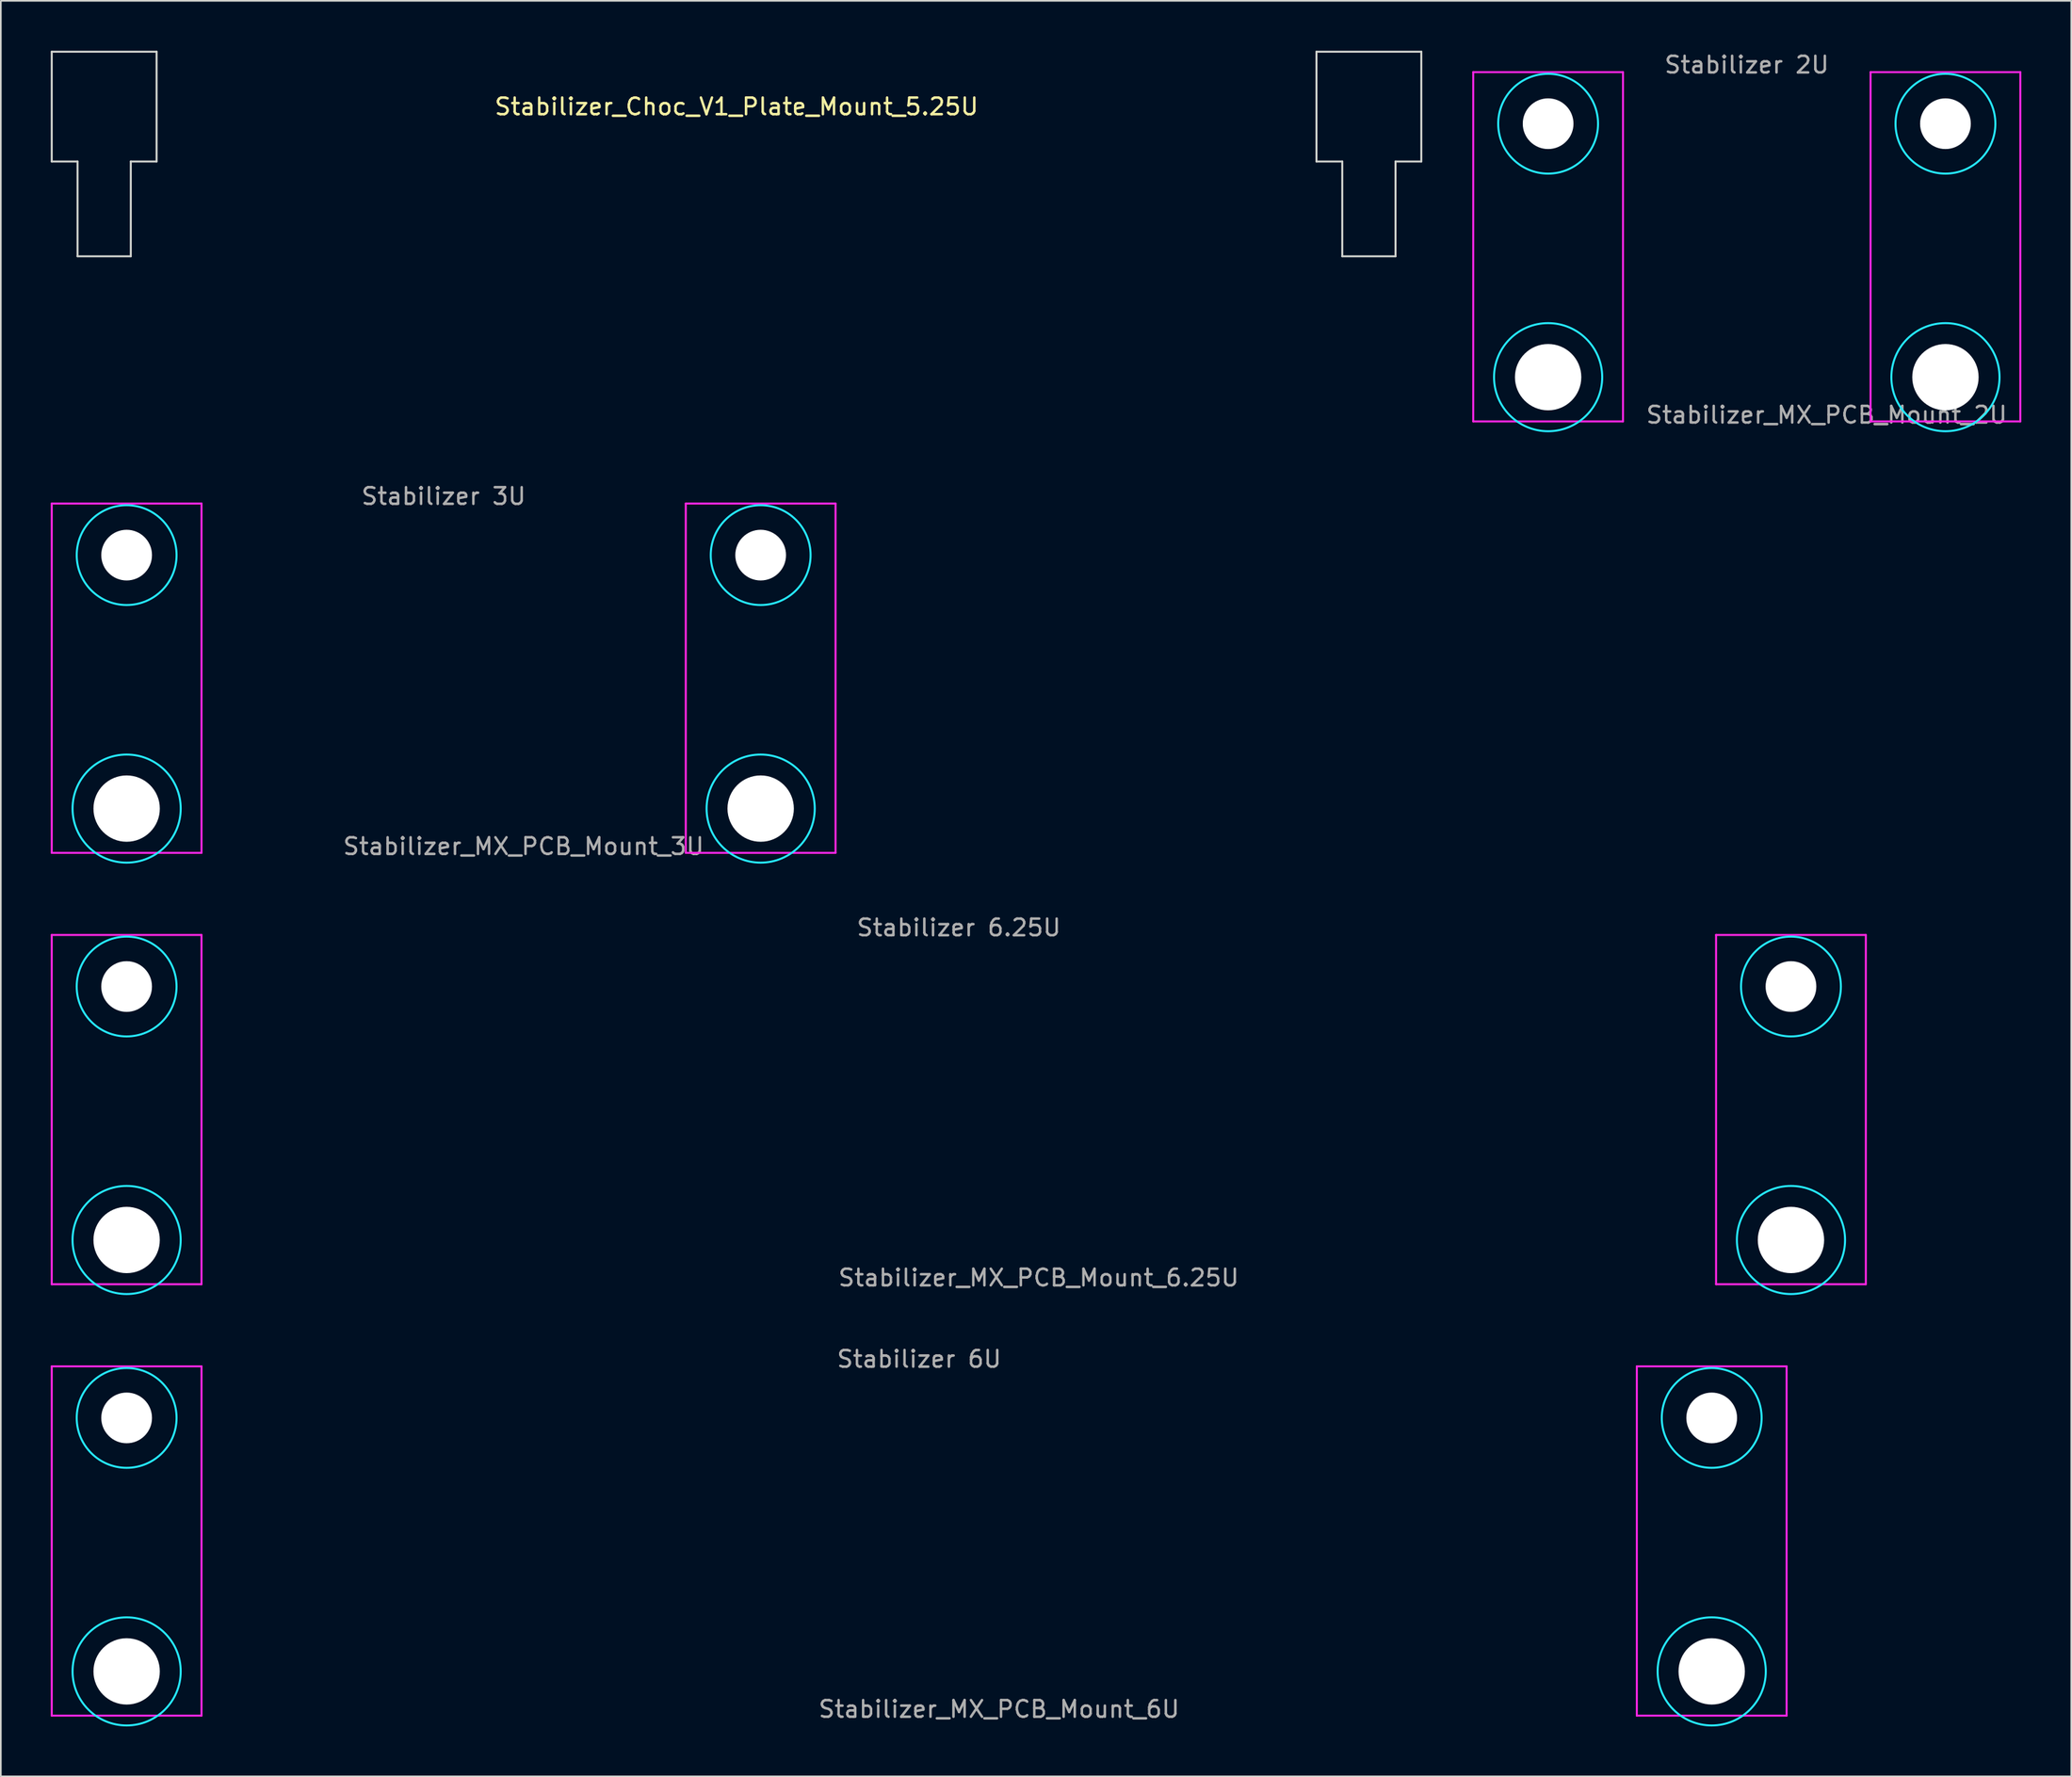
<source format=kicad_pcb>
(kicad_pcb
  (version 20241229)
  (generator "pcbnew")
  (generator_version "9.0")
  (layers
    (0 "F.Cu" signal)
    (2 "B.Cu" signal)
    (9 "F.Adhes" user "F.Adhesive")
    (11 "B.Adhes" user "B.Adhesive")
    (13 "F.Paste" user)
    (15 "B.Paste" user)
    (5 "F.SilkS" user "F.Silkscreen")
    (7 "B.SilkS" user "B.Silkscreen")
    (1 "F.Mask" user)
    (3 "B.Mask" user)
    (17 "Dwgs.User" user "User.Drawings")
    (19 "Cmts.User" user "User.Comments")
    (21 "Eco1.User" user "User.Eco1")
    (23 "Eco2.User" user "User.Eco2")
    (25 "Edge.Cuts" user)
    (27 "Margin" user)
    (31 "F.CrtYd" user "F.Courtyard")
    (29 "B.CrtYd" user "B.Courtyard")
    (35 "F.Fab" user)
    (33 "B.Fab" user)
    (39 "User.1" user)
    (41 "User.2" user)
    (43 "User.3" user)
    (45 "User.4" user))
  (footprint "Stabilizer_Choc_V1_Plate_Mount_5.25U"
    (layer "F.Cu")
    (at 41.21 3.36)
    (property "Reference" "Stabilizer_Choc_V1_Plate_Mount_5.25U" (at 0 0 0) (layer "F.SilkS") (effects (font (size 1 1) (thickness 0.15))))
    (attr through_hole)
    (fp_line (start -41.15 -3.3) (end -41.15 3.3) (stroke (width 0.12) (type solid)) (layer "Edge.Cuts"))
    (fp_line (start -41.15 3.3) (end -39.6 3.3) (stroke (width 0.12) (type solid)) (layer "Edge.Cuts"))
    (fp_line (start -39.6 3.3) (end -39.6 9) (stroke (width 0.12) (type solid)) (layer "Edge.Cuts"))
    (fp_line (start -39.6 9) (end -36.4 9) (stroke (width 0.12) (type solid)) (layer "Edge.Cuts"))
    (fp_line (start -36.4 3.3) (end -34.85 3.3) (stroke (width 0.12) (type solid)) (layer "Edge.Cuts"))
    (fp_line (start -36.4 9) (end -36.4 3.3) (stroke (width 0.12) (type solid)) (layer "Edge.Cuts"))
    (fp_line (start -34.85 -3.3) (end -41.15 -3.3) (stroke (width 0.12) (type solid)) (layer "Edge.Cuts"))
    (fp_line (start -34.85 3.3) (end -34.85 -3.3) (stroke (width 0.12) (type solid)) (layer "Edge.Cuts"))
    (fp_line (start 34.85 -3.3) (end 41.15 -3.3) (stroke (width 0.12) (type solid)) (layer "Edge.Cuts"))
    (fp_line (start 34.85 3.3) (end 34.85 -3.3) (stroke (width 0.12) (type solid)) (layer "Edge.Cuts"))
    (fp_line (start 36.4 3.3) (end 34.85 3.3) (stroke (width 0.12) (type solid)) (layer "Edge.Cuts"))
    (fp_line (start 36.4 9) (end 36.4 3.3) (stroke (width 0.12) (type solid)) (layer "Edge.Cuts"))
    (fp_line (start 39.6 3.3) (end 39.6 9) (stroke (width 0.12) (type solid)) (layer "Edge.Cuts"))
    (fp_line (start 39.6 9) (end 36.4 9) (stroke (width 0.12) (type solid)) (layer "Edge.Cuts"))
    (fp_line (start 41.15 -3.3) (end 41.15 3.3) (stroke (width 0.12) (type solid)) (layer "Edge.Cuts"))
    (fp_line (start 41.15 3.3) (end 39.6 3.3) (stroke (width 0.12) (type solid)) (layer "Edge.Cuts")))
  (footprint "Stabilizer_MX_PCB_Mount_2U"
    (layer "F.Cu")
    (at 101.918 11.373)
    (property "Reference" "Stabilizer_MX_PCB_Mount_2U" (at 4.8 10.525 0) (layer "F.Fab") (effects (font (size 1 1) (thickness 0.15))))
    (attr through_hole)
    (fp_circle (center -11.938 -6.985) (end -8.938 -6.985) (stroke (width 0.12) (type solid)) (fill no) (layer "B.CrtYd"))
    (fp_circle (center -11.938 8.255) (end -8.688 8.255) (stroke (width 0.12) (type solid)) (fill no) (layer "B.CrtYd"))
    (fp_circle (center 11.938 -6.985) (end 14.938 -6.985) (stroke (width 0.12) (type solid)) (fill no) (layer "B.CrtYd"))
    (fp_circle (center 11.938 8.255) (end 15.188 8.255) (stroke (width 0.12) (type solid)) (fill no) (layer "B.CrtYd"))
    (fp_line (start -16.438 -10.085) (end -16.438 10.915) (stroke (width 0.12) (type solid)) (layer "F.CrtYd"))
    (fp_line (start -16.438 10.915) (end -7.438 10.915) (stroke (width 0.12) (type solid)) (layer "F.CrtYd"))
    (fp_line (start -7.438 -10.085) (end -16.438 -10.085) (stroke (width 0.12) (type solid)) (layer "F.CrtYd"))
    (fp_line (start -7.438 10.915) (end -7.438 -10.085) (stroke (width 0.12) (type solid)) (layer "F.CrtYd"))
    (fp_line (start 7.438 -10.085) (end 16.438 -10.085) (stroke (width 0.12) (type solid)) (layer "F.CrtYd"))
    (fp_line (start 7.438 10.915) (end 7.438 -10.085) (stroke (width 0.12) (type solid)) (layer "F.CrtYd"))
    (fp_line (start 16.438 -10.085) (end 16.438 10.915) (stroke (width 0.12) (type solid)) (layer "F.CrtYd"))
    (fp_line (start 16.438 10.915) (end 7.438 10.915) (stroke (width 0.12) (type solid)) (layer "F.CrtYd"))
    (fp_text user "Stabilizer 2U" (at 0 -10.525 0) (layer "F.Fab") (effects (font (size 1 1) (thickness 0.15))))
    (pad "" np_thru_hole circle (at -11.938 -6.985) (size 3.048 3.048) (drill 3.048) (layers "*.Cu" "*.Mask"))
    (pad "" np_thru_hole circle (at -11.938 8.255) (size 3.988 3.988) (drill 3.988) (layers "*.Cu" "*.Mask"))
    (pad "" np_thru_hole circle (at 11.938 -6.985) (size 3.048 3.048) (drill 3.048) (layers "*.Cu" "*.Mask"))
    (pad "" np_thru_hole circle (at 11.938 8.255) (size 3.988 3.988) (drill 3.988) (layers "*.Cu" "*.Mask")))
  (footprint "Stabilizer_MX_PCB_Mount_3U"
    (layer "F.Cu")
    (at 23.61 37.312)
    (property "Reference" "Stabilizer_MX_PCB_Mount_3U" (at 4.8 10.525 0) (layer "F.Fab") (effects (font (size 1 1) (thickness 0.15))))
    (attr through_hole)
    (fp_circle (center -19.05 -6.985) (end -16.05 -6.985) (stroke (width 0.12) (type solid)) (fill no) (layer "B.CrtYd"))
    (fp_circle (center -19.05 8.255) (end -15.8 8.255) (stroke (width 0.12) (type solid)) (fill no) (layer "B.CrtYd"))
    (fp_circle (center 19.05 -6.985) (end 22.05 -6.985) (stroke (width 0.12) (type solid)) (fill no) (layer "B.CrtYd"))
    (fp_circle (center 19.05 8.255) (end 22.3 8.255) (stroke (width 0.12) (type solid)) (fill no) (layer "B.CrtYd"))
    (fp_line (start -23.55 -10.085) (end -23.55 10.915) (stroke (width 0.12) (type solid)) (layer "F.CrtYd"))
    (fp_line (start -23.55 10.915) (end -14.55 10.915) (stroke (width 0.12) (type solid)) (layer "F.CrtYd"))
    (fp_line (start -14.55 -10.085) (end -23.55 -10.085) (stroke (width 0.12) (type solid)) (layer "F.CrtYd"))
    (fp_line (start -14.55 10.915) (end -14.55 -10.085) (stroke (width 0.12) (type solid)) (layer "F.CrtYd"))
    (fp_line (start 14.55 -10.085) (end 23.55 -10.085) (stroke (width 0.12) (type solid)) (layer "F.CrtYd"))
    (fp_line (start 14.55 10.915) (end 14.55 -10.085) (stroke (width 0.12) (type solid)) (layer "F.CrtYd"))
    (fp_line (start 23.55 -10.085) (end 23.55 10.915) (stroke (width 0.12) (type solid)) (layer "F.CrtYd"))
    (fp_line (start 23.55 10.915) (end 14.55 10.915) (stroke (width 0.12) (type solid)) (layer "F.CrtYd"))
    (fp_text user "Stabilizer 3U" (at 0 -10.525 0) (layer "F.Fab") (effects (font (size 1 1) (thickness 0.15))))
    (pad "" np_thru_hole circle (at -19.05 -6.985) (size 3.048 3.048) (drill 3.048) (layers "*.Cu" "*.Mask"))
    (pad "" np_thru_hole circle (at -19.05 8.255) (size 3.988 3.988) (drill 3.988) (layers "*.Cu" "*.Mask"))
    (pad "" np_thru_hole circle (at 19.05 -6.985) (size 3.048 3.048) (drill 3.048) (layers "*.Cu" "*.Mask"))
    (pad "" np_thru_hole circle (at 19.05 8.255) (size 3.988 3.988) (drill 3.988) (layers "*.Cu" "*.Mask")))
  (footprint "Stabilizer_MX_PCB_Mount_6U"
    (layer "F.Cu")
    (at 52.185 89.188)
    (property "Reference" "Stabilizer_MX_PCB_Mount_6U" (at 4.8 10.525 0) (layer "F.Fab") (effects (font (size 1 1) (thickness 0.15))))
    (attr through_hole)
    (fp_circle (center -47.625 -6.985) (end -44.625 -6.985) (stroke (width 0.12) (type solid)) (fill no) (layer "B.CrtYd"))
    (fp_circle (center -47.625 8.255) (end -44.375 8.255) (stroke (width 0.12) (type solid)) (fill no) (layer "B.CrtYd"))
    (fp_circle (center 47.625 -6.985) (end 50.625 -6.985) (stroke (width 0.12) (type solid)) (fill no) (layer "B.CrtYd"))
    (fp_circle (center 47.625 8.255) (end 50.875 8.255) (stroke (width 0.12) (type solid)) (fill no) (layer "B.CrtYd"))
    (fp_line (start -52.125 -10.085) (end -52.125 10.915) (stroke (width 0.12) (type solid)) (layer "F.CrtYd"))
    (fp_line (start -52.125 10.915) (end -43.125 10.915) (stroke (width 0.12) (type solid)) (layer "F.CrtYd"))
    (fp_line (start -43.125 -10.085) (end -52.125 -10.085) (stroke (width 0.12) (type solid)) (layer "F.CrtYd"))
    (fp_line (start -43.125 10.915) (end -43.125 -10.085) (stroke (width 0.12) (type solid)) (layer "F.CrtYd"))
    (fp_line (start 43.125 -10.085) (end 52.125 -10.085) (stroke (width 0.12) (type solid)) (layer "F.CrtYd"))
    (fp_line (start 43.125 10.915) (end 43.125 -10.085) (stroke (width 0.12) (type solid)) (layer "F.CrtYd"))
    (fp_line (start 52.125 -10.085) (end 52.125 10.915) (stroke (width 0.12) (type solid)) (layer "F.CrtYd"))
    (fp_line (start 52.125 10.915) (end 43.125 10.915) (stroke (width 0.12) (type solid)) (layer "F.CrtYd"))
    (fp_text user "Stabilizer 6U" (at 0 -10.525 0) (layer "F.Fab") (effects (font (size 1 1) (thickness 0.15))))
    (pad "" np_thru_hole circle (at -47.625 -6.985) (size 3.048 3.048) (drill 3.048) (layers "*.Cu" "*.Mask"))
    (pad "" np_thru_hole circle (at -47.625 8.255) (size 3.988 3.988) (drill 3.988) (layers "*.Cu" "*.Mask"))
    (pad "" np_thru_hole circle (at 47.625 -6.985) (size 3.048 3.048) (drill 3.048) (layers "*.Cu" "*.Mask"))
    (pad "" np_thru_hole circle (at 47.625 8.255) (size 3.988 3.988) (drill 3.988) (layers "*.Cu" "*.Mask")))
  (footprint "Stabilizer_MX_PCB_Mount_6.25U"
    (layer "F.Cu")
    (at 54.566 63.25)
    (property "Reference" "Stabilizer_MX_PCB_Mount_6.25U" (at 4.8 10.525 0) (layer "F.Fab") (effects (font (size 1 1) (thickness 0.15))))
    (attr through_hole)
    (fp_circle (center -50.007 -6.985) (end -47.007 -6.985) (stroke (width 0.12) (type solid)) (fill no) (layer "B.CrtYd"))
    (fp_circle (center -50.007 8.255) (end -46.757 8.255) (stroke (width 0.12) (type solid)) (fill no) (layer "B.CrtYd"))
    (fp_circle (center 50.007 -6.985) (end 53.007 -6.985) (stroke (width 0.12) (type solid)) (fill no) (layer "B.CrtYd"))
    (fp_circle (center 50.007 8.255) (end 53.257 8.255) (stroke (width 0.12) (type solid)) (fill no) (layer "B.CrtYd"))
    (fp_line (start -54.507 -10.085) (end -54.507 10.915) (stroke (width 0.12) (type solid)) (layer "F.CrtYd"))
    (fp_line (start -54.507 10.915) (end -45.507 10.915) (stroke (width 0.12) (type solid)) (layer "F.CrtYd"))
    (fp_line (start -45.507 -10.085) (end -54.507 -10.085) (stroke (width 0.12) (type solid)) (layer "F.CrtYd"))
    (fp_line (start -45.507 10.915) (end -45.507 -10.085) (stroke (width 0.12) (type solid)) (layer "F.CrtYd"))
    (fp_line (start 45.507 -10.085) (end 54.507 -10.085) (stroke (width 0.12) (type solid)) (layer "F.CrtYd"))
    (fp_line (start 45.507 10.915) (end 45.507 -10.085) (stroke (width 0.12) (type solid)) (layer "F.CrtYd"))
    (fp_line (start 54.507 -10.085) (end 54.507 10.915) (stroke (width 0.12) (type solid)) (layer "F.CrtYd"))
    (fp_line (start 54.507 10.915) (end 45.507 10.915) (stroke (width 0.12) (type solid)) (layer "F.CrtYd"))
    (fp_text user "Stabilizer 6.25U" (at 0 -10.525 0) (layer "F.Fab") (effects (font (size 1 1) (thickness 0.15))))
    (pad "" np_thru_hole circle (at -50.007 -6.985) (size 3.048 3.048) (drill 3.048) (layers "*.Cu" "*.Mask"))
    (pad "" np_thru_hole circle (at -50.007 8.255) (size 3.988 3.988) (drill 3.988) (layers "*.Cu" "*.Mask"))
    (pad "" np_thru_hole circle (at 50.007 -6.985) (size 3.048 3.048) (drill 3.048) (layers "*.Cu" "*.Mask"))
    (pad "" np_thru_hole circle (at 50.007 8.255) (size 3.988 3.988) (drill 3.988) (layers "*.Cu" "*.Mask")))
  (gr_rect
    (start -3 -3)
    (end 121.416 103.753)
    (stroke (width 0.1) (type default))
    (fill no)
    (layer "Edge.Cuts")))
</source>
